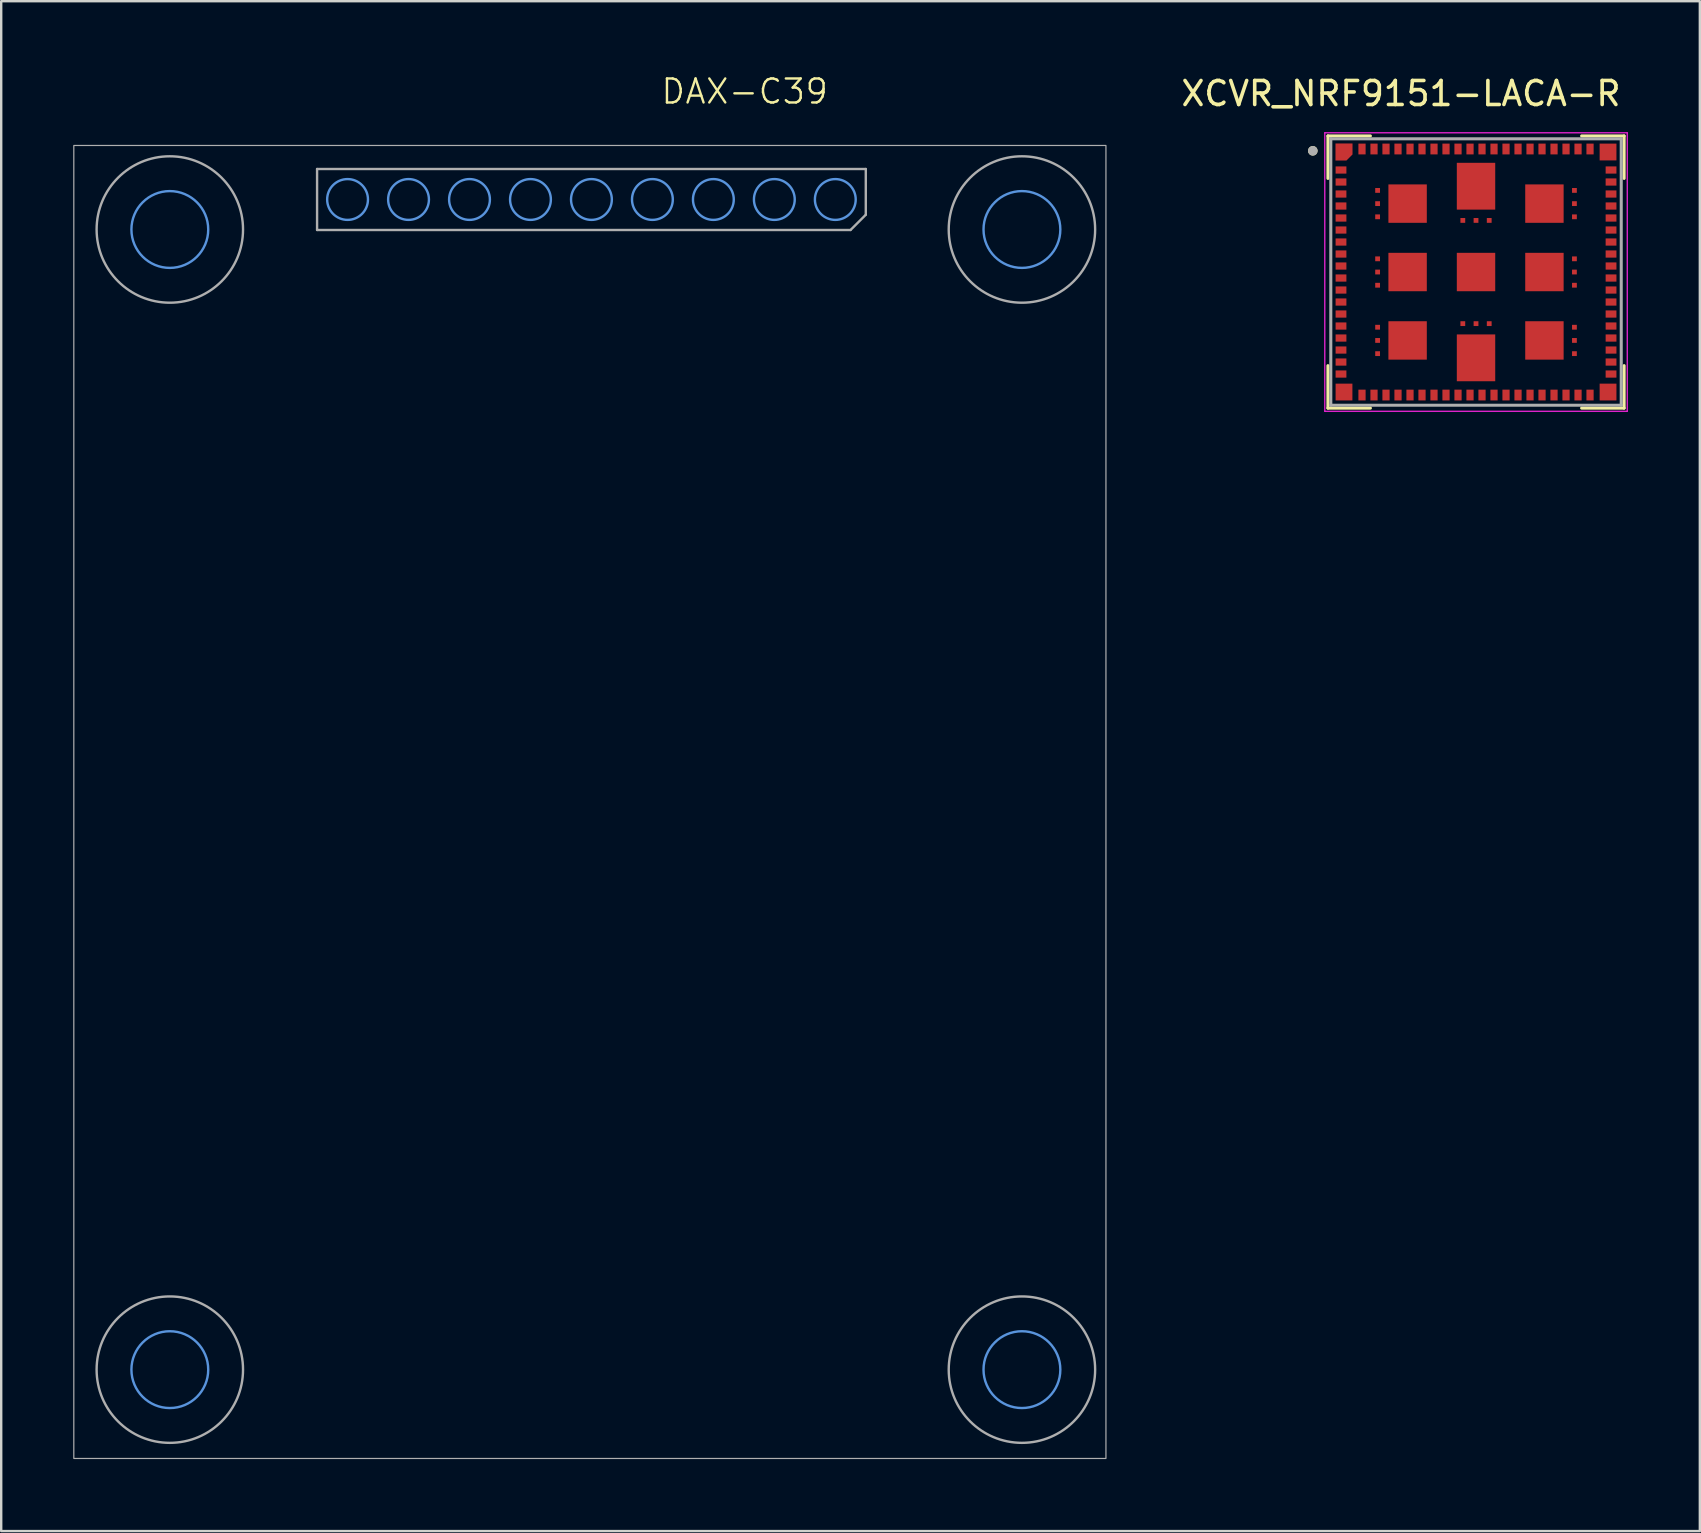
<source format=kicad_pcb>
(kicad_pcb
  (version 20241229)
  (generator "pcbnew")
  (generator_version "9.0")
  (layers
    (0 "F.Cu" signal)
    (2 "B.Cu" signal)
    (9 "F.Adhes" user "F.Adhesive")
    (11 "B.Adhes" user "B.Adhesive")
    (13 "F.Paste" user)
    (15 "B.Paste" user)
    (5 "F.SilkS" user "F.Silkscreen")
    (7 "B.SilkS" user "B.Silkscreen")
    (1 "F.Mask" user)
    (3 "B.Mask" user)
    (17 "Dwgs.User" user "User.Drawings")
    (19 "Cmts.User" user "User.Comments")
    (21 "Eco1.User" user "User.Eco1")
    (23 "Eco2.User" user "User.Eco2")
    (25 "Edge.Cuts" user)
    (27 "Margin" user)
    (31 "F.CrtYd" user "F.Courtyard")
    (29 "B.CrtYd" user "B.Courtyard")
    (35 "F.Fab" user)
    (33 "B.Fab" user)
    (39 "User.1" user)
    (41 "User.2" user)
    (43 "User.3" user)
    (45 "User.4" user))
  (footprint "XCVR_NRF9151-LACA-R"
    (layer "F.Cu")
    (at 58.443 8.283)
    (property "Reference" "XCVR_NRF9151-LACA-R" (at -3.125 -7.435 0) (layer "F.SilkS") (effects (font (size 1 1) (thickness 0.15))))
    (attr smd allow_soldermask_bridges)
    (fp_poly (pts (xy -5.1 -5.4) (xy -5.9 -5.4) (xy -5.9 -4.6) (xy -5.378 -4.6) (xy -5.1 -4.878)) (stroke (width 0.01) (type solid)) (fill yes) (layer "F.Mask"))
    (fp_line (start -6.17 -5.67) (end -6.17 -3.9) (stroke (width 0.127) (type solid)) (layer "F.SilkS"))
    (fp_line (start -6.17 -5.67) (end -4.4 -5.67) (stroke (width 0.127) (type solid)) (layer "F.SilkS"))
    (fp_line (start -6.17 5.67) (end -6.17 3.9) (stroke (width 0.127) (type solid)) (layer "F.SilkS"))
    (fp_line (start -4.4 5.67) (end -6.17 5.67) (stroke (width 0.127) (type solid)) (layer "F.SilkS"))
    (fp_line (start 4.4 -5.67) (end 6.17 -5.67) (stroke (width 0.127) (type solid)) (layer "F.SilkS"))
    (fp_line (start 4.4 5.67) (end 6.17 5.67) (stroke (width 0.127) (type solid)) (layer "F.SilkS"))
    (fp_line (start 6.17 -5.67) (end 6.17 -3.9) (stroke (width 0.127) (type solid)) (layer "F.SilkS"))
    (fp_line (start 6.17 5.67) (end 6.17 3.9) (stroke (width 0.127) (type solid)) (layer "F.SilkS"))
    (fp_circle (center -6.8 -5.05) (end -6.7 -5.05) (stroke (width 0.2) (type solid)) (fill no) (layer "F.SilkS"))
    (fp_poly (pts (xy -5.85 -4.65) (xy -5.85 -5.35) (xy -5.15 -5.35) (xy -5.15 -4.9) (xy -5.4 -4.65)) (stroke (width 0.01) (type solid)) (fill yes) (layer "F.Paste"))
    (fp_line (start -6.3 -5.8) (end -6.3 5.8) (stroke (width 0.05) (type solid)) (layer "F.CrtYd"))
    (fp_line (start -6.3 5.8) (end 6.3 5.8) (stroke (width 0.05) (type solid)) (layer "F.CrtYd"))
    (fp_line (start 6.3 -5.8) (end -6.3 -5.8) (stroke (width 0.05) (type solid)) (layer "F.CrtYd"))
    (fp_line (start 6.3 5.8) (end 6.3 -5.8) (stroke (width 0.05) (type solid)) (layer "F.CrtYd"))
    (fp_line (start -6.05 -5.55) (end 6.05 -5.55) (stroke (width 0.127) (type solid)) (layer "F.Fab"))
    (fp_line (start -6.05 5.55) (end -6.05 -5.55) (stroke (width 0.127) (type solid)) (layer "F.Fab"))
    (fp_line (start 6.05 -5.55) (end 6.05 5.55) (stroke (width 0.127) (type solid)) (layer "F.Fab"))
    (fp_line (start 6.05 5.55) (end -6.05 5.55) (stroke (width 0.127) (type solid)) (layer "F.Fab"))
    (fp_circle (center -6.8 -5.05) (end -6.7 -5.05) (stroke (width 0.2) (type solid)) (fill no) (layer "F.Fab"))
    (pad "" smd roundrect (at -3.25 -3.25) (size 0.7 0.7) (layers "F.Paste") (roundrect_rratio 0.248))
    (pad "" smd roundrect (at -3.25 -2.45) (size 0.7 0.7) (layers "F.Paste") (roundrect_rratio 0.248))
    (pad "" smd roundrect (at -3.25 -0.4) (size 0.7 0.7) (layers "F.Paste") (roundrect_rratio 0.248))
    (pad "" smd roundrect (at -3.25 0.4) (size 0.7 0.7) (layers "F.Paste") (roundrect_rratio 0.248))
    (pad "" smd roundrect (at -3.25 2.45) (size 0.7 0.7) (layers "F.Paste") (roundrect_rratio 0.248))
    (pad "" smd roundrect (at -3.25 3.25) (size 0.7 0.7) (layers "F.Paste") (roundrect_rratio 0.248))
    (pad "" smd roundrect (at -2.45 -3.25) (size 0.7 0.7) (layers "F.Paste") (roundrect_rratio 0.248))
    (pad "" smd roundrect (at -2.45 -2.45) (size 0.7 0.7) (layers "F.Paste") (roundrect_rratio 0.248))
    (pad "" smd roundrect (at -2.45 -0.4) (size 0.7 0.7) (layers "F.Paste") (roundrect_rratio 0.248))
    (pad "" smd roundrect (at -2.45 0.4) (size 0.7 0.7) (layers "F.Paste") (roundrect_rratio 0.248))
    (pad "" smd roundrect (at -2.45 2.45) (size 0.7 0.7) (layers "F.Paste") (roundrect_rratio 0.248))
    (pad "" smd roundrect (at -2.45 3.25) (size 0.7 0.7) (layers "F.Paste") (roundrect_rratio 0.248))
    (pad "" smd roundrect (at -0.4 -0.4) (size 0.7 0.7) (layers "F.Paste") (roundrect_rratio 0.248))
    (pad "" smd roundrect (at -0.4 0.4) (size 0.7 0.7) (layers "F.Paste") (roundrect_rratio 0.248))
    (pad "" smd roundrect (at 0 -4.1) (size 1.5 0.85) (layers "F.Paste") (roundrect_rratio 0.248))
    (pad "" smd roundrect (at 0 -3.05) (size 1.5 0.85) (layers "F.Paste") (roundrect_rratio 0.248))
    (pad "" smd roundrect (at 0 3.05) (size 1.5 0.85) (layers "F.Paste") (roundrect_rratio 0.248))
    (pad "" smd roundrect (at 0 4.1) (size 1.5 0.85) (layers "F.Paste") (roundrect_rratio 0.248))
    (pad "" smd roundrect (at 0.4 -0.4) (size 0.7 0.7) (layers "F.Paste") (roundrect_rratio 0.248))
    (pad "" smd roundrect (at 0.4 0.4) (size 0.7 0.7) (layers "F.Paste") (roundrect_rratio 0.248))
    (pad "" smd roundrect (at 2.45 -3.25) (size 0.7 0.7) (layers "F.Paste") (roundrect_rratio 0.248))
    (pad "" smd roundrect (at 2.45 -2.45) (size 0.7 0.7) (layers "F.Paste") (roundrect_rratio 0.248))
    (pad "" smd roundrect (at 2.45 -0.4) (size 0.7 0.7) (layers "F.Paste") (roundrect_rratio 0.248))
    (pad "" smd roundrect (at 2.45 0.4) (size 0.7 0.7) (layers "F.Paste") (roundrect_rratio 0.248))
    (pad "" smd roundrect (at 2.45 2.45) (size 0.7 0.7) (layers "F.Paste") (roundrect_rratio 0.248))
    (pad "" smd roundrect (at 2.45 3.25) (size 0.7 0.7) (layers "F.Paste") (roundrect_rratio 0.248))
    (pad "" smd roundrect (at 3.25 -3.25) (size 0.7 0.7) (layers "F.Paste") (roundrect_rratio 0.248))
    (pad "" smd roundrect (at 3.25 -2.45) (size 0.7 0.7) (layers "F.Paste") (roundrect_rratio 0.248))
    (pad "" smd roundrect (at 3.25 -0.4) (size 0.7 0.7) (layers "F.Paste") (roundrect_rratio 0.248))
    (pad "" smd roundrect (at 3.25 0.4) (size 0.7 0.7) (layers "F.Paste") (roundrect_rratio 0.248))
    (pad "" smd roundrect (at 3.25 2.45) (size 0.7 0.7) (layers "F.Paste") (roundrect_rratio 0.248))
    (pad "" smd roundrect (at 3.25 3.25) (size 0.7 0.7) (layers "F.Paste") (roundrect_rratio 0.248))
    (pad "1" smd custom (at -5.55 -5.05) (size 0.4 0.4) (layers "F.Cu") (options (anchor rect)) (primitives (gr_poly (pts (xy -0.3 0.4) (xy -0.3 -0.3) (xy 0.4 -0.3) (xy 0.4 0.15) (xy 0.15 0.4)) (width 0.01) (fill yes))))
    (pad "2" smd rect (at -5.625 -4.25) (size 0.45 0.3) (layers "F.Cu" "F.Mask" "F.Paste"))
    (pad "3" smd rect (at -5.625 -3.75) (size 0.45 0.3) (layers "F.Cu" "F.Mask" "F.Paste"))
    (pad "4" smd rect (at -5.625 -3.25) (size 0.45 0.3) (layers "F.Cu" "F.Mask" "F.Paste"))
    (pad "5" smd rect (at -5.625 -2.75) (size 0.45 0.3) (layers "F.Cu" "F.Mask" "F.Paste"))
    (pad "6" smd rect (at -5.625 -2.25) (size 0.45 0.3) (layers "F.Cu" "F.Mask" "F.Paste"))
    (pad "7" smd rect (at -5.625 -1.75) (size 0.45 0.3) (layers "F.Cu" "F.Mask" "F.Paste"))
    (pad "8" smd rect (at -5.625 -1.25) (size 0.45 0.3) (layers "F.Cu" "F.Mask" "F.Paste"))
    (pad "9" smd rect (at -5.625 -0.75) (size 0.45 0.3) (layers "F.Cu" "F.Mask" "F.Paste"))
    (pad "10" smd rect (at -5.625 -0.25) (size 0.45 0.3) (layers "F.Cu" "F.Mask" "F.Paste"))
    (pad "11" smd rect (at -5.625 0.25) (size 0.45 0.3) (layers "F.Cu" "F.Mask" "F.Paste"))
    (pad "12" smd rect (at -5.625 0.75) (size 0.45 0.3) (layers "F.Cu" "F.Mask" "F.Paste"))
    (pad "13" smd rect (at -5.625 1.25) (size 0.45 0.3) (layers "F.Cu" "F.Mask" "F.Paste"))
    (pad "14" smd rect (at -5.625 1.75) (size 0.45 0.3) (layers "F.Cu" "F.Mask" "F.Paste"))
    (pad "15" smd rect (at -5.625 2.25) (size 0.45 0.3) (layers "F.Cu" "F.Mask" "F.Paste"))
    (pad "16" smd rect (at -5.625 2.75) (size 0.45 0.3) (layers "F.Cu" "F.Mask" "F.Paste"))
    (pad "17" smd rect (at -5.625 3.25) (size 0.45 0.3) (layers "F.Cu" "F.Mask" "F.Paste"))
    (pad "18" smd rect (at -5.625 3.75) (size 0.45 0.3) (layers "F.Cu" "F.Mask" "F.Paste"))
    (pad "19" smd rect (at -5.625 4.25) (size 0.45 0.3) (layers "F.Cu" "F.Mask" "F.Paste"))
    (pad "20" smd rect (at -5.5 5) (size 0.7 0.7) (layers "F.Cu" "F.Mask" "F.Paste"))
    (pad "21" smd rect (at -4.75 5.125) (size 0.3 0.45) (layers "F.Cu" "F.Mask" "F.Paste"))
    (pad "22" smd rect (at -4.25 5.125) (size 0.3 0.45) (layers "F.Cu" "F.Mask" "F.Paste"))
    (pad "23" smd rect (at -3.75 5.125) (size 0.3 0.45) (layers "F.Cu" "F.Mask" "F.Paste"))
    (pad "24" smd rect (at -3.25 5.125) (size 0.3 0.45) (layers "F.Cu" "F.Mask" "F.Paste"))
    (pad "25" smd rect (at -2.75 5.125) (size 0.3 0.45) (layers "F.Cu" "F.Mask" "F.Paste"))
    (pad "26" smd rect (at -2.25 5.125) (size 0.3 0.45) (layers "F.Cu" "F.Mask" "F.Paste"))
    (pad "27" smd rect (at -1.75 5.125) (size 0.3 0.45) (layers "F.Cu" "F.Mask" "F.Paste"))
    (pad "28" smd rect (at -1.25 5.125) (size 0.3 0.45) (layers "F.Cu" "F.Mask" "F.Paste"))
    (pad "29" smd rect (at -0.75 5.125) (size 0.3 0.45) (layers "F.Cu" "F.Mask" "F.Paste"))
    (pad "30" smd rect (at -0.25 5.125) (size 0.3 0.45) (layers "F.Cu" "F.Mask" "F.Paste"))
    (pad "31" smd rect (at 0.25 5.125) (size 0.3 0.45) (layers "F.Cu" "F.Mask" "F.Paste"))
    (pad "32" smd rect (at 0.75 5.125) (size 0.3 0.45) (layers "F.Cu" "F.Mask" "F.Paste"))
    (pad "33" smd rect (at 1.25 5.125) (size 0.3 0.45) (layers "F.Cu" "F.Mask" "F.Paste"))
    (pad "34" smd rect (at 1.75 5.125) (size 0.3 0.45) (layers "F.Cu" "F.Mask" "F.Paste"))
    (pad "35" smd rect (at 2.25 5.125) (size 0.3 0.45) (layers "F.Cu" "F.Mask" "F.Paste"))
    (pad "36" smd rect (at 2.75 5.125) (size 0.3 0.45) (layers "F.Cu" "F.Mask" "F.Paste"))
    (pad "37" smd rect (at 3.25 5.125) (size 0.3 0.45) (layers "F.Cu" "F.Mask" "F.Paste"))
    (pad "38" smd rect (at 3.75 5.125) (size 0.3 0.45) (layers "F.Cu" "F.Mask" "F.Paste"))
    (pad "39" smd rect (at 4.25 5.125) (size 0.3 0.45) (layers "F.Cu" "F.Mask" "F.Paste"))
    (pad "40" smd rect (at 4.75 5.125) (size 0.3 0.45) (layers "F.Cu" "F.Mask" "F.Paste"))
    (pad "41" smd rect (at 5.5 5) (size 0.7 0.7) (layers "F.Cu" "F.Mask" "F.Paste"))
    (pad "42" smd rect (at 5.625 4.25) (size 0.45 0.3) (layers "F.Cu" "F.Mask" "F.Paste"))
    (pad "43" smd rect (at 5.625 3.75) (size 0.45 0.3) (layers "F.Cu" "F.Mask" "F.Paste"))
    (pad "44" smd rect (at 5.625 3.25) (size 0.45 0.3) (layers "F.Cu" "F.Mask" "F.Paste"))
    (pad "45" smd rect (at 5.625 2.75) (size 0.45 0.3) (layers "F.Cu" "F.Mask" "F.Paste"))
    (pad "46" smd rect (at 5.625 2.25) (size 0.45 0.3) (layers "F.Cu" "F.Mask" "F.Paste"))
    (pad "47" smd rect (at 5.625 1.75) (size 0.45 0.3) (layers "F.Cu" "F.Mask" "F.Paste"))
    (pad "48" smd rect (at 5.625 1.25) (size 0.45 0.3) (layers "F.Cu" "F.Mask" "F.Paste"))
    (pad "49" smd rect (at 5.625 0.75) (size 0.45 0.3) (layers "F.Cu" "F.Mask" "F.Paste"))
    (pad "50" smd rect (at 5.625 0.25) (size 0.45 0.3) (layers "F.Cu" "F.Mask" "F.Paste"))
    (pad "51" smd rect (at 5.625 -0.25) (size 0.45 0.3) (layers "F.Cu" "F.Mask" "F.Paste"))
    (pad "52" smd rect (at 5.625 -0.75) (size 0.45 0.3) (layers "F.Cu" "F.Mask" "F.Paste"))
    (pad "53" smd rect (at 5.625 -1.25) (size 0.45 0.3) (layers "F.Cu" "F.Mask" "F.Paste"))
    (pad "54" smd rect (at 5.625 -1.75) (size 0.45 0.3) (layers "F.Cu" "F.Mask" "F.Paste"))
    (pad "55" smd rect (at 5.625 -2.25) (size 0.45 0.3) (layers "F.Cu" "F.Mask" "F.Paste"))
    (pad "56" smd rect (at 5.625 -2.75) (size 0.45 0.3) (layers "F.Cu" "F.Mask" "F.Paste"))
    (pad "57" smd rect (at 5.625 -3.25) (size 0.45 0.3) (layers "F.Cu" "F.Mask" "F.Paste"))
    (pad "58" smd rect (at 5.625 -3.75) (size 0.45 0.3) (layers "F.Cu" "F.Mask" "F.Paste"))
    (pad "59" smd rect (at 5.625 -4.25) (size 0.45 0.3) (layers "F.Cu" "F.Mask" "F.Paste"))
    (pad "60" smd rect (at 5.5 -5) (size 0.7 0.7) (layers "F.Cu" "F.Mask" "F.Paste"))
    (pad "61" smd rect (at 4.75 -5.125) (size 0.3 0.45) (layers "F.Cu" "F.Mask" "F.Paste"))
    (pad "62" smd rect (at 4.25 -5.125) (size 0.3 0.45) (layers "F.Cu" "F.Mask" "F.Paste"))
    (pad "63" smd rect (at 3.75 -5.125) (size 0.3 0.45) (layers "F.Cu" "F.Mask" "F.Paste"))
    (pad "64" smd rect (at 3.25 -5.125) (size 0.3 0.45) (layers "F.Cu" "F.Mask" "F.Paste"))
    (pad "65" smd rect (at 2.75 -5.125) (size 0.3 0.45) (layers "F.Cu" "F.Mask" "F.Paste"))
    (pad "66" smd rect (at 2.25 -5.125) (size 0.3 0.45) (layers "F.Cu" "F.Mask" "F.Paste"))
    (pad "67" smd rect (at 1.75 -5.125) (size 0.3 0.45) (layers "F.Cu" "F.Mask" "F.Paste"))
    (pad "68" smd rect (at 1.25 -5.125) (size 0.3 0.45) (layers "F.Cu" "F.Mask" "F.Paste"))
    (pad "69" smd rect (at 0.75 -5.125) (size 0.3 0.45) (layers "F.Cu" "F.Mask" "F.Paste"))
    (pad "70" smd rect (at 0.25 -5.125) (size 0.3 0.45) (layers "F.Cu" "F.Mask" "F.Paste"))
    (pad "71" smd rect (at -0.25 -5.125) (size 0.3 0.45) (layers "F.Cu" "F.Mask" "F.Paste"))
    (pad "72" smd rect (at -0.75 -5.125) (size 0.3 0.45) (layers "F.Cu" "F.Mask" "F.Paste"))
    (pad "73" smd rect (at -1.25 -5.125) (size 0.3 0.45) (layers "F.Cu" "F.Mask" "F.Paste"))
    (pad "74" smd rect (at -1.75 -5.125) (size 0.3 0.45) (layers "F.Cu" "F.Mask" "F.Paste"))
    (pad "75" smd rect (at -2.25 -5.125) (size 0.3 0.45) (layers "F.Cu" "F.Mask" "F.Paste"))
    (pad "76" smd rect (at -2.75 -5.125) (size 0.3 0.45) (layers "F.Cu" "F.Mask" "F.Paste"))
    (pad "77" smd rect (at -3.25 -5.125) (size 0.3 0.45) (layers "F.Cu" "F.Mask" "F.Paste"))
    (pad "78" smd rect (at -3.75 -5.125) (size 0.3 0.45) (layers "F.Cu" "F.Mask" "F.Paste"))
    (pad "79" smd rect (at -4.25 -5.125) (size 0.3 0.45) (layers "F.Cu" "F.Mask" "F.Paste"))
    (pad "80" smd rect (at -4.75 -5.125) (size 0.3 0.45) (layers "F.Cu" "F.Mask" "F.Paste"))
    (pad "81" smd rect (at -4.1 -3.4) (size 0.2 0.2) (layers "F.Cu" "F.Mask"))
    (pad "82" smd rect (at -4.1 -2.85) (size 0.2 0.2) (layers "F.Cu" "F.Mask"))
    (pad "83" smd rect (at -4.1 -2.3) (size 0.2 0.2) (layers "F.Cu" "F.Mask"))
    (pad "84" smd rect (at -4.1 -0.55) (size 0.2 0.2) (layers "F.Cu" "F.Mask"))
    (pad "85" smd rect (at -4.1 0) (size 0.2 0.2) (layers "F.Cu" "F.Mask"))
    (pad "86" smd rect (at -4.1 0.55) (size 0.2 0.2) (layers "F.Cu" "F.Mask"))
    (pad "87" smd rect (at -4.1 2.3) (size 0.2 0.2) (layers "F.Cu" "F.Mask"))
    (pad "88" smd rect (at -4.1 2.85) (size 0.2 0.2) (layers "F.Cu" "F.Mask"))
    (pad "89" smd rect (at -4.1 3.4) (size 0.2 0.2) (layers "F.Cu" "F.Mask"))
    (pad "90" smd rect (at -0.55 2.15) (size 0.2 0.2) (layers "F.Cu" "F.Mask"))
    (pad "91" smd rect (at 0 2.15) (size 0.2 0.2) (layers "F.Cu" "F.Mask"))
    (pad "92" smd rect (at 0.55 2.15) (size 0.2 0.2) (layers "F.Cu" "F.Mask"))
    (pad "93" smd rect (at 4.1 3.4) (size 0.2 0.2) (layers "F.Cu" "F.Mask"))
    (pad "94" smd rect (at 4.1 2.85) (size 0.2 0.2) (layers "F.Cu" "F.Mask"))
    (pad "95" smd rect (at 4.1 2.3) (size 0.2 0.2) (layers "F.Cu" "F.Mask"))
    (pad "96" smd rect (at 4.1 0.55) (size 0.2 0.2) (layers "F.Cu" "F.Mask"))
    (pad "97" smd rect (at 4.1 0) (size 0.2 0.2) (layers "F.Cu" "F.Mask"))
    (pad "98" smd rect (at 4.1 -0.55) (size 0.2 0.2) (layers "F.Cu" "F.Mask"))
    (pad "99" smd rect (at 4.1 -2.3) (size 0.2 0.2) (layers "F.Cu" "F.Mask"))
    (pad "100" smd rect (at 4.1 -2.85) (size 0.2 0.2) (layers "F.Cu" "F.Mask"))
    (pad "101" smd rect (at 4.1 -3.4) (size 0.2 0.2) (layers "F.Cu" "F.Mask"))
    (pad "102" smd rect (at 0.55 -2.15) (size 0.2 0.2) (layers "F.Cu" "F.Mask"))
    (pad "103" smd rect (at 0 -2.15) (size 0.2 0.2) (layers "F.Cu" "F.Mask"))
    (pad "104" smd rect (at -0.55 -2.15) (size 0.2 0.2) (layers "F.Cu" "F.Mask"))
    (pad "105" smd rect (at -2.85 -2.85) (size 1.6 1.6) (layers "F.Cu" "F.Mask"))
    (pad "106" smd rect (at -2.85 0) (size 1.6 1.6) (layers "F.Cu" "F.Mask"))
    (pad "107" smd rect (at -2.85 2.85) (size 1.6 1.6) (layers "F.Cu" "F.Mask"))
    (pad "108" smd rect (at 0 3.575) (size 1.6 1.95) (layers "F.Cu" "F.Mask"))
    (pad "109" smd rect (at 2.85 2.85) (size 1.6 1.6) (layers "F.Cu" "F.Mask"))
    (pad "110" smd rect (at 2.85 0) (size 1.6 1.6) (layers "F.Cu" "F.Mask"))
    (pad "111" smd rect (at 2.85 -2.85) (size 1.6 1.6) (layers "F.Cu" "F.Mask"))
    (pad "112" smd rect (at 0 -3.575) (size 1.6 1.95) (layers "F.Cu" "F.Mask"))
    (pad "113" smd rect (at 0 0) (size 1.6 1.6) (layers "F.Cu" "F.Mask")))
  (footprint "DAX-C39"
    (layer "F.Cu")
    (at 39.525 6.511)
    (property "Reference" "DAX-C39" (at -11.55 -5.75 0) (unlocked yes) (layer "F.SilkS") (effects (font (size 1 1) (thickness 0.1))))
    (attr through_hole)
    (fp_circle (center -35.5 0) (end -33.9 0) (stroke (width 0.1) (type solid)) (fill no) (layer "Cmts.User"))
    (fp_circle (center -35.5 47.5) (end -33.9 47.5) (stroke (width 0.1) (type solid)) (fill no) (layer "Cmts.User"))
    (fp_circle (center -28.095 -1.25) (end -27.245 -1.25) (stroke (width 0.1) (type solid)) (fill no) (layer "Cmts.User"))
    (fp_circle (center -25.555 -1.25) (end -24.705 -1.25) (stroke (width 0.1) (type solid)) (fill no) (layer "Cmts.User"))
    (fp_circle (center -23.015 -1.25) (end -22.165 -1.25) (stroke (width 0.1) (type solid)) (fill no) (layer "Cmts.User"))
    (fp_circle (center -20.475 -1.25) (end -19.625 -1.25) (stroke (width 0.1) (type solid)) (fill no) (layer "Cmts.User"))
    (fp_circle (center -17.935 -1.25) (end -17.085 -1.25) (stroke (width 0.1) (type solid)) (fill no) (layer "Cmts.User"))
    (fp_circle (center -15.395 -1.25) (end -14.545 -1.25) (stroke (width 0.1) (type solid)) (fill no) (layer "Cmts.User"))
    (fp_circle (center -12.855 -1.25) (end -12.005 -1.25) (stroke (width 0.1) (type solid)) (fill no) (layer "Cmts.User"))
    (fp_circle (center -10.315 -1.25) (end -9.465 -1.25) (stroke (width 0.1) (type solid)) (fill no) (layer "Cmts.User"))
    (fp_circle (center -7.775 -1.25) (end -6.925 -1.25) (stroke (width 0.1) (type solid)) (fill no) (layer "Cmts.User"))
    (fp_circle (center 0 0) (end 1.6 0) (stroke (width 0.1) (type solid)) (fill no) (layer "Cmts.User"))
    (fp_circle (center 0 47.5) (end 1.6 47.5) (stroke (width 0.1) (type solid)) (fill no) (layer "Cmts.User"))
    (fp_line (start -29.365 -2.52) (end -6.505 -2.52) (stroke (width 0.1) (type solid)) (layer "F.Fab"))
    (fp_line (start -29.365 0.02) (end -29.365 -2.52) (stroke (width 0.1) (type solid)) (layer "F.Fab"))
    (fp_line (start -7.14 0.02) (end -29.365 0.02) (stroke (width 0.1) (type solid)) (layer "F.Fab"))
    (fp_line (start -6.505 -2.52) (end -6.505 -0.615) (stroke (width 0.1) (type solid)) (layer "F.Fab"))
    (fp_line (start -6.505 -0.615) (end -7.14 0.02) (stroke (width 0.1) (type solid)) (layer "F.Fab"))
    (fp_rect (start -39.5 -3.5) (end 3.5 51.2) (stroke (width 0.05) (type default)) (fill no) (layer "F.Fab"))
    (fp_circle (center -35.5 0) (end -32.45 0) (stroke (width 0.1) (type default)) (fill no) (layer "F.Fab"))
    (fp_circle (center -35.5 47.5) (end -32.45 47.5) (stroke (width 0.1) (type default)) (fill no) (layer "F.Fab"))
    (fp_circle (center 0 0) (end 3.05 0) (stroke (width 0.1) (type default)) (fill no) (layer "F.Fab"))
    (fp_circle (center 0 47.5) (end 3.05 47.5) (stroke (width 0.1) (type default)) (fill no) (layer "F.Fab")))
  (gr_rect
    (start -3 -3)
    (end 67.768 60.736)
    (stroke (width 0.1) (type default))
    (fill no)
    (layer "Edge.Cuts")))
</source>
